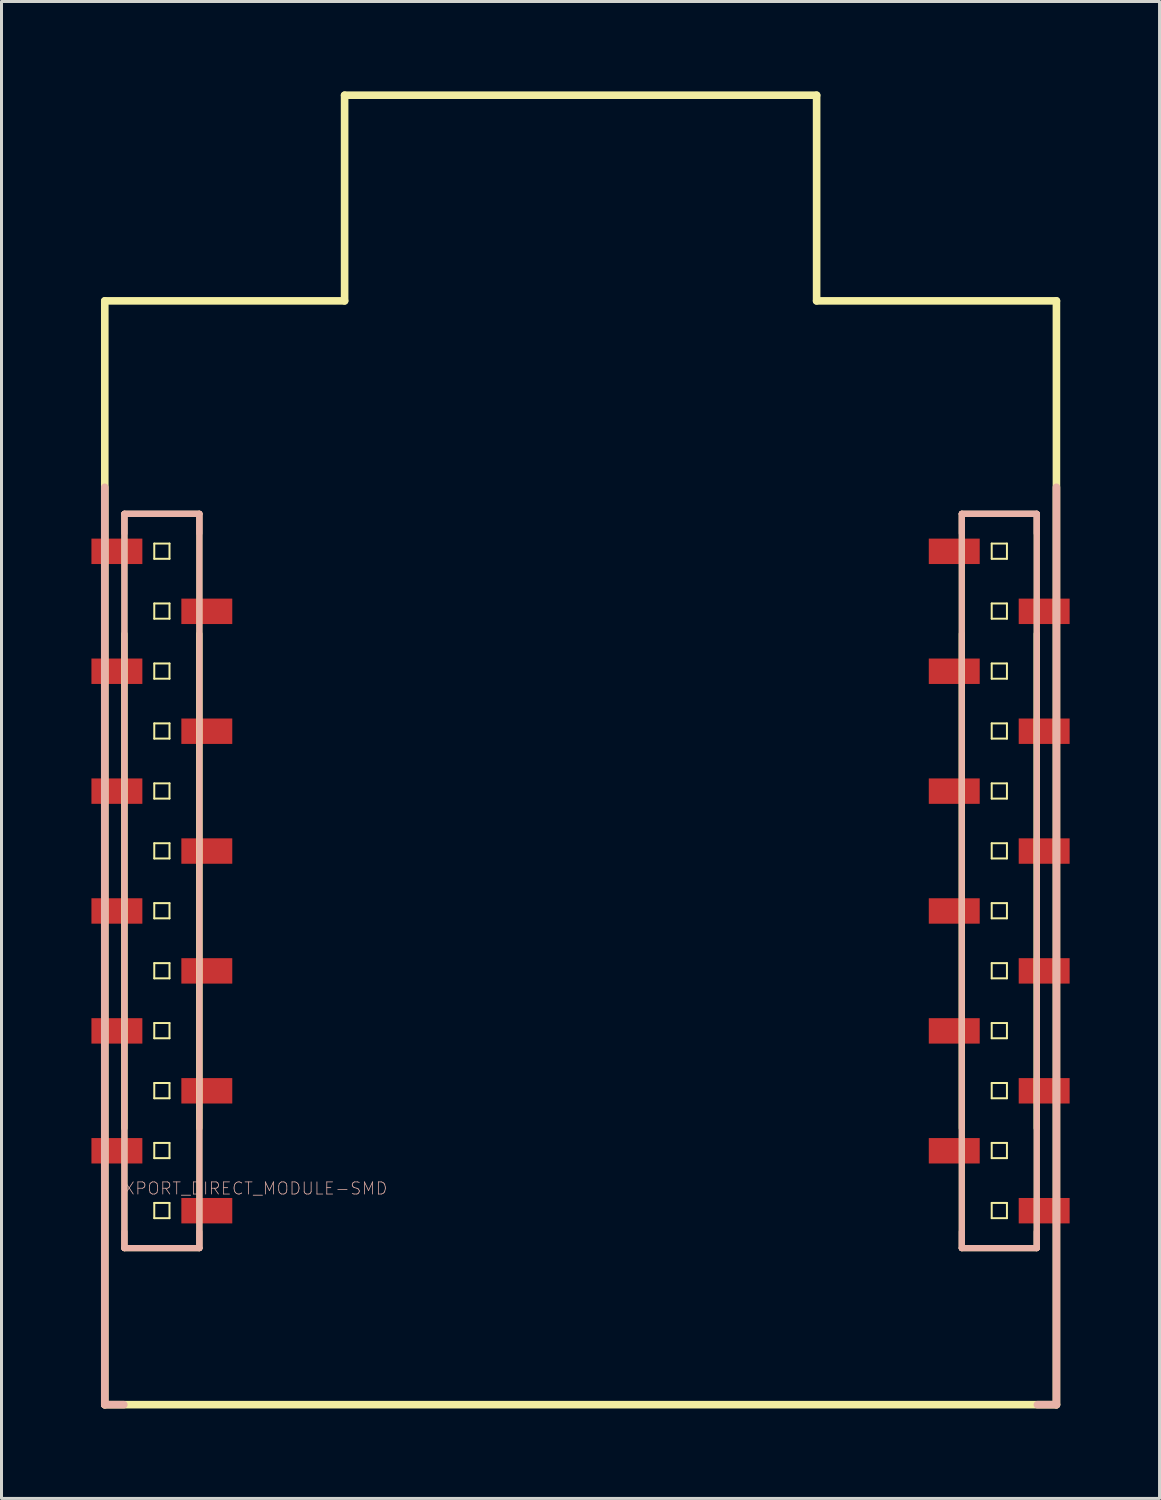
<source format=kicad_pcb>
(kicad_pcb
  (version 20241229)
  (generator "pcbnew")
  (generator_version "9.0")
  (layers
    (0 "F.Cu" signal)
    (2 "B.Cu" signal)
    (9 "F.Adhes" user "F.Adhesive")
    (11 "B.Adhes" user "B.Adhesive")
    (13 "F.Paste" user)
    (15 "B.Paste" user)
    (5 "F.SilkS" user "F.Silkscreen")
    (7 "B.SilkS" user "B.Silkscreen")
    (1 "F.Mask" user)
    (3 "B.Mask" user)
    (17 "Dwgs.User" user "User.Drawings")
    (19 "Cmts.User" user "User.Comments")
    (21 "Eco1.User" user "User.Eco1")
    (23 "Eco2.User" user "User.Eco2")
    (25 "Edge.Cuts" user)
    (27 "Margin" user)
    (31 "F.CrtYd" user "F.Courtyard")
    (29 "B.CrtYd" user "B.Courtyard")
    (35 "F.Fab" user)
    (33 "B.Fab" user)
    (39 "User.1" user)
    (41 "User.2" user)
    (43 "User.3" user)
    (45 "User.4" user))
  (footprint "XPORT_DIRECT_MODULE-SMD"
    (layer "F.Cu")
    (at 16.321 24.638)
    (property "Reference" "XPORT_DIRECT_MODULE-SMD" (at -10.846 11.963 0) (layer "B.SilkS") (effects (font (size 0.406 0.406) (thickness 0.025))))
    (attr smd)
    (fp_line (start -15.875 -17.65) (end -7.874 -17.65) (stroke (width 0.254) (type solid)) (layer "F.SilkS"))
    (fp_line (start -15.875 19.177) (end -15.875 -17.65) (stroke (width 0.254) (type solid)) (layer "F.SilkS"))
    (fp_line (start -15.875 19.177) (end 15.875 19.177) (stroke (width 0.254) (type solid)) (layer "F.SilkS"))
    (fp_line (start -15.22 -10.544) (end -12.72 -10.544) (stroke (width 0.203) (type solid)) (layer "F.SilkS"))
    (fp_line (start -15.22 9.954) (end -15.22 -10.544) (stroke (width 0.203) (type solid)) (layer "F.SilkS"))
    (fp_line (start -15.22 13.955) (end -15.22 -6.543) (stroke (width 0.203) (type solid)) (layer "F.SilkS"))
    (fp_line (start -15.22 13.955) (end -12.72 13.955) (stroke (width 0.203) (type solid)) (layer "F.SilkS"))
    (fp_line (start -14.224 -9.553) (end -13.716 -9.553) (stroke (width 0.066) (type solid)) (layer "F.SilkS"))
    (fp_line (start -14.224 -9.045) (end -14.224 -9.553) (stroke (width 0.066) (type solid)) (layer "F.SilkS"))
    (fp_line (start -14.224 -9.045) (end -13.716 -9.045) (stroke (width 0.066) (type solid)) (layer "F.SilkS"))
    (fp_line (start -14.224 -7.554) (end -13.716 -7.554) (stroke (width 0.066) (type solid)) (layer "F.SilkS"))
    (fp_line (start -14.224 -7.046) (end -14.224 -7.554) (stroke (width 0.066) (type solid)) (layer "F.SilkS"))
    (fp_line (start -14.224 -7.046) (end -13.716 -7.046) (stroke (width 0.066) (type solid)) (layer "F.SilkS"))
    (fp_line (start -14.224 -5.552) (end -13.716 -5.552) (stroke (width 0.066) (type solid)) (layer "F.SilkS"))
    (fp_line (start -14.224 -5.044) (end -14.224 -5.552) (stroke (width 0.066) (type solid)) (layer "F.SilkS"))
    (fp_line (start -14.224 -5.044) (end -13.716 -5.044) (stroke (width 0.066) (type solid)) (layer "F.SilkS"))
    (fp_line (start -14.224 -3.553) (end -13.716 -3.553) (stroke (width 0.066) (type solid)) (layer "F.SilkS"))
    (fp_line (start -14.224 -3.045) (end -14.224 -3.553) (stroke (width 0.066) (type solid)) (layer "F.SilkS"))
    (fp_line (start -14.224 -3.045) (end -13.716 -3.045) (stroke (width 0.066) (type solid)) (layer "F.SilkS"))
    (fp_line (start -14.224 -1.552) (end -13.716 -1.552) (stroke (width 0.066) (type solid)) (layer "F.SilkS"))
    (fp_line (start -14.224 -1.044) (end -14.224 -1.552) (stroke (width 0.066) (type solid)) (layer "F.SilkS"))
    (fp_line (start -14.224 -1.044) (end -13.716 -1.044) (stroke (width 0.066) (type solid)) (layer "F.SilkS"))
    (fp_line (start -14.224 0.445) (end -13.716 0.445) (stroke (width 0.066) (type solid)) (layer "F.SilkS"))
    (fp_line (start -14.224 0.953) (end -14.224 0.445) (stroke (width 0.066) (type solid)) (layer "F.SilkS"))
    (fp_line (start -14.224 0.953) (end -13.716 0.953) (stroke (width 0.066) (type solid)) (layer "F.SilkS"))
    (fp_line (start -14.224 2.443) (end -13.716 2.443) (stroke (width 0.066) (type solid)) (layer "F.SilkS"))
    (fp_line (start -14.224 2.951) (end -14.224 2.443) (stroke (width 0.066) (type solid)) (layer "F.SilkS"))
    (fp_line (start -14.224 2.951) (end -13.716 2.951) (stroke (width 0.066) (type solid)) (layer "F.SilkS"))
    (fp_line (start -14.224 4.445) (end -13.716 4.445) (stroke (width 0.066) (type solid)) (layer "F.SilkS"))
    (fp_line (start -14.224 4.953) (end -14.224 4.445) (stroke (width 0.066) (type solid)) (layer "F.SilkS"))
    (fp_line (start -14.224 4.953) (end -13.716 4.953) (stroke (width 0.066) (type solid)) (layer "F.SilkS"))
    (fp_line (start -14.224 6.444) (end -13.716 6.444) (stroke (width 0.066) (type solid)) (layer "F.SilkS"))
    (fp_line (start -14.224 6.952) (end -14.224 6.444) (stroke (width 0.066) (type solid)) (layer "F.SilkS"))
    (fp_line (start -14.224 6.952) (end -13.716 6.952) (stroke (width 0.066) (type solid)) (layer "F.SilkS"))
    (fp_line (start -14.224 8.445) (end -13.716 8.445) (stroke (width 0.066) (type solid)) (layer "F.SilkS"))
    (fp_line (start -14.224 8.954) (end -14.224 8.445) (stroke (width 0.066) (type solid)) (layer "F.SilkS"))
    (fp_line (start -14.224 8.954) (end -13.716 8.954) (stroke (width 0.066) (type solid)) (layer "F.SilkS"))
    (fp_line (start -14.224 10.444) (end -13.716 10.444) (stroke (width 0.066) (type solid)) (layer "F.SilkS"))
    (fp_line (start -14.224 10.952) (end -14.224 10.444) (stroke (width 0.066) (type solid)) (layer "F.SilkS"))
    (fp_line (start -14.224 10.952) (end -13.716 10.952) (stroke (width 0.066) (type solid)) (layer "F.SilkS"))
    (fp_line (start -14.224 12.446) (end -13.716 12.446) (stroke (width 0.066) (type solid)) (layer "F.SilkS"))
    (fp_line (start -14.224 12.954) (end -14.224 12.446) (stroke (width 0.066) (type solid)) (layer "F.SilkS"))
    (fp_line (start -14.224 12.954) (end -13.716 12.954) (stroke (width 0.066) (type solid)) (layer "F.SilkS"))
    (fp_line (start -13.716 -9.045) (end -13.716 -9.553) (stroke (width 0.066) (type solid)) (layer "F.SilkS"))
    (fp_line (start -13.716 -7.046) (end -13.716 -7.554) (stroke (width 0.066) (type solid)) (layer "F.SilkS"))
    (fp_line (start -13.716 -5.044) (end -13.716 -5.552) (stroke (width 0.066) (type solid)) (layer "F.SilkS"))
    (fp_line (start -13.716 -3.045) (end -13.716 -3.553) (stroke (width 0.066) (type solid)) (layer "F.SilkS"))
    (fp_line (start -13.716 -1.044) (end -13.716 -1.552) (stroke (width 0.066) (type solid)) (layer "F.SilkS"))
    (fp_line (start -13.716 0.953) (end -13.716 0.445) (stroke (width 0.066) (type solid)) (layer "F.SilkS"))
    (fp_line (start -13.716 2.951) (end -13.716 2.443) (stroke (width 0.066) (type solid)) (layer "F.SilkS"))
    (fp_line (start -13.716 4.953) (end -13.716 4.445) (stroke (width 0.066) (type solid)) (layer "F.SilkS"))
    (fp_line (start -13.716 6.952) (end -13.716 6.444) (stroke (width 0.066) (type solid)) (layer "F.SilkS"))
    (fp_line (start -13.716 8.954) (end -13.716 8.445) (stroke (width 0.066) (type solid)) (layer "F.SilkS"))
    (fp_line (start -13.716 10.952) (end -13.716 10.444) (stroke (width 0.066) (type solid)) (layer "F.SilkS"))
    (fp_line (start -13.716 12.954) (end -13.716 12.446) (stroke (width 0.066) (type solid)) (layer "F.SilkS"))
    (fp_line (start -12.72 -10.544) (end -12.72 9.954) (stroke (width 0.203) (type solid)) (layer "F.SilkS"))
    (fp_line (start -12.72 -6.543) (end -12.72 13.955) (stroke (width 0.203) (type solid)) (layer "F.SilkS"))
    (fp_line (start -7.874 -24.511) (end 7.874 -24.511) (stroke (width 0.254) (type solid)) (layer "F.SilkS"))
    (fp_line (start -7.874 -17.65) (end -7.874 -24.511) (stroke (width 0.254) (type solid)) (layer "F.SilkS"))
    (fp_line (start 7.874 -17.65) (end 7.874 -24.511) (stroke (width 0.254) (type solid)) (layer "F.SilkS"))
    (fp_line (start 7.874 -17.65) (end 15.875 -17.65) (stroke (width 0.254) (type solid)) (layer "F.SilkS"))
    (fp_line (start 12.718 -10.544) (end 15.217 -10.544) (stroke (width 0.203) (type solid)) (layer "F.SilkS"))
    (fp_line (start 12.718 9.954) (end 12.718 -10.544) (stroke (width 0.203) (type solid)) (layer "F.SilkS"))
    (fp_line (start 12.718 13.955) (end 12.718 -6.543) (stroke (width 0.203) (type solid)) (layer "F.SilkS"))
    (fp_line (start 12.718 13.955) (end 15.217 13.955) (stroke (width 0.203) (type solid)) (layer "F.SilkS"))
    (fp_line (start 13.716 -9.553) (end 14.224 -9.553) (stroke (width 0.066) (type solid)) (layer "F.SilkS"))
    (fp_line (start 13.716 -9.045) (end 13.716 -9.553) (stroke (width 0.066) (type solid)) (layer "F.SilkS"))
    (fp_line (start 13.716 -9.045) (end 14.224 -9.045) (stroke (width 0.066) (type solid)) (layer "F.SilkS"))
    (fp_line (start 13.716 -7.554) (end 14.224 -7.554) (stroke (width 0.066) (type solid)) (layer "F.SilkS"))
    (fp_line (start 13.716 -7.046) (end 13.716 -7.554) (stroke (width 0.066) (type solid)) (layer "F.SilkS"))
    (fp_line (start 13.716 -7.046) (end 14.224 -7.046) (stroke (width 0.066) (type solid)) (layer "F.SilkS"))
    (fp_line (start 13.716 -5.552) (end 14.224 -5.552) (stroke (width 0.066) (type solid)) (layer "F.SilkS"))
    (fp_line (start 13.716 -5.044) (end 13.716 -5.552) (stroke (width 0.066) (type solid)) (layer "F.SilkS"))
    (fp_line (start 13.716 -5.044) (end 14.224 -5.044) (stroke (width 0.066) (type solid)) (layer "F.SilkS"))
    (fp_line (start 13.716 -3.553) (end 14.224 -3.553) (stroke (width 0.066) (type solid)) (layer "F.SilkS"))
    (fp_line (start 13.716 -3.045) (end 13.716 -3.553) (stroke (width 0.066) (type solid)) (layer "F.SilkS"))
    (fp_line (start 13.716 -3.045) (end 14.224 -3.045) (stroke (width 0.066) (type solid)) (layer "F.SilkS"))
    (fp_line (start 13.716 -1.552) (end 14.224 -1.552) (stroke (width 0.066) (type solid)) (layer "F.SilkS"))
    (fp_line (start 13.716 -1.044) (end 13.716 -1.552) (stroke (width 0.066) (type solid)) (layer "F.SilkS"))
    (fp_line (start 13.716 -1.044) (end 14.224 -1.044) (stroke (width 0.066) (type solid)) (layer "F.SilkS"))
    (fp_line (start 13.716 0.445) (end 14.224 0.445) (stroke (width 0.066) (type solid)) (layer "F.SilkS"))
    (fp_line (start 13.716 0.953) (end 13.716 0.445) (stroke (width 0.066) (type solid)) (layer "F.SilkS"))
    (fp_line (start 13.716 0.953) (end 14.224 0.953) (stroke (width 0.066) (type solid)) (layer "F.SilkS"))
    (fp_line (start 13.716 2.443) (end 14.224 2.443) (stroke (width 0.066) (type solid)) (layer "F.SilkS"))
    (fp_line (start 13.716 2.951) (end 13.716 2.443) (stroke (width 0.066) (type solid)) (layer "F.SilkS"))
    (fp_line (start 13.716 2.951) (end 14.224 2.951) (stroke (width 0.066) (type solid)) (layer "F.SilkS"))
    (fp_line (start 13.716 4.445) (end 14.224 4.445) (stroke (width 0.066) (type solid)) (layer "F.SilkS"))
    (fp_line (start 13.716 4.953) (end 13.716 4.445) (stroke (width 0.066) (type solid)) (layer "F.SilkS"))
    (fp_line (start 13.716 4.953) (end 14.224 4.953) (stroke (width 0.066) (type solid)) (layer "F.SilkS"))
    (fp_line (start 13.716 6.444) (end 14.224 6.444) (stroke (width 0.066) (type solid)) (layer "F.SilkS"))
    (fp_line (start 13.716 6.952) (end 13.716 6.444) (stroke (width 0.066) (type solid)) (layer "F.SilkS"))
    (fp_line (start 13.716 6.952) (end 14.224 6.952) (stroke (width 0.066) (type solid)) (layer "F.SilkS"))
    (fp_line (start 13.716 8.445) (end 14.224 8.445) (stroke (width 0.066) (type solid)) (layer "F.SilkS"))
    (fp_line (start 13.716 8.954) (end 13.716 8.445) (stroke (width 0.066) (type solid)) (layer "F.SilkS"))
    (fp_line (start 13.716 8.954) (end 14.224 8.954) (stroke (width 0.066) (type solid)) (layer "F.SilkS"))
    (fp_line (start 13.716 10.444) (end 14.224 10.444) (stroke (width 0.066) (type solid)) (layer "F.SilkS"))
    (fp_line (start 13.716 10.952) (end 13.716 10.444) (stroke (width 0.066) (type solid)) (layer "F.SilkS"))
    (fp_line (start 13.716 10.952) (end 14.224 10.952) (stroke (width 0.066) (type solid)) (layer "F.SilkS"))
    (fp_line (start 13.716 12.446) (end 14.224 12.446) (stroke (width 0.066) (type solid)) (layer "F.SilkS"))
    (fp_line (start 13.716 12.954) (end 13.716 12.446) (stroke (width 0.066) (type solid)) (layer "F.SilkS"))
    (fp_line (start 13.716 12.954) (end 14.224 12.954) (stroke (width 0.066) (type solid)) (layer "F.SilkS"))
    (fp_line (start 14.224 -9.045) (end 14.224 -9.553) (stroke (width 0.066) (type solid)) (layer "F.SilkS"))
    (fp_line (start 14.224 -7.046) (end 14.224 -7.554) (stroke (width 0.066) (type solid)) (layer "F.SilkS"))
    (fp_line (start 14.224 -5.044) (end 14.224 -5.552) (stroke (width 0.066) (type solid)) (layer "F.SilkS"))
    (fp_line (start 14.224 -3.045) (end 14.224 -3.553) (stroke (width 0.066) (type solid)) (layer "F.SilkS"))
    (fp_line (start 14.224 -1.044) (end 14.224 -1.552) (stroke (width 0.066) (type solid)) (layer "F.SilkS"))
    (fp_line (start 14.224 0.953) (end 14.224 0.445) (stroke (width 0.066) (type solid)) (layer "F.SilkS"))
    (fp_line (start 14.224 2.951) (end 14.224 2.443) (stroke (width 0.066) (type solid)) (layer "F.SilkS"))
    (fp_line (start 14.224 4.953) (end 14.224 4.445) (stroke (width 0.066) (type solid)) (layer "F.SilkS"))
    (fp_line (start 14.224 6.952) (end 14.224 6.444) (stroke (width 0.066) (type solid)) (layer "F.SilkS"))
    (fp_line (start 14.224 8.954) (end 14.224 8.445) (stroke (width 0.066) (type solid)) (layer "F.SilkS"))
    (fp_line (start 14.224 10.952) (end 14.224 10.444) (stroke (width 0.066) (type solid)) (layer "F.SilkS"))
    (fp_line (start 14.224 12.954) (end 14.224 12.446) (stroke (width 0.066) (type solid)) (layer "F.SilkS"))
    (fp_line (start 15.217 -10.544) (end 15.217 9.954) (stroke (width 0.203) (type solid)) (layer "F.SilkS"))
    (fp_line (start 15.217 -6.543) (end 15.217 13.955) (stroke (width 0.203) (type solid)) (layer "F.SilkS"))
    (fp_line (start 15.875 19.177) (end 15.875 -17.65) (stroke (width 0.254) (type solid)) (layer "F.SilkS"))
    (fp_line (start -15.875 19.177) (end -15.875 -11.43) (stroke (width 0.254) (type solid)) (layer "B.SilkS"))
    (fp_line (start -15.875 19.177) (end -15.24 19.177) (stroke (width 0.254) (type solid)) (layer "B.SilkS"))
    (fp_line (start -15.22 -10.549) (end -12.718 -10.549) (stroke (width 0.203) (type solid)) (layer "B.SilkS"))
    (fp_line (start -15.22 -10.544) (end -15.22 -9.893) (stroke (width 0.203) (type solid)) (layer "B.SilkS"))
    (fp_line (start -15.22 13.95) (end -15.22 -10.549) (stroke (width 0.203) (type solid)) (layer "B.SilkS"))
    (fp_line (start -15.22 13.95) (end -12.718 13.95) (stroke (width 0.203) (type solid)) (layer "B.SilkS"))
    (fp_line (start -15.22 13.955) (end -15.22 13.406) (stroke (width 0.203) (type solid)) (layer "B.SilkS"))
    (fp_line (start -15.22 13.955) (end -12.72 13.955) (stroke (width 0.203) (type solid)) (layer "B.SilkS"))
    (fp_line (start -12.72 -10.544) (end -15.22 -10.544) (stroke (width 0.203) (type solid)) (layer "B.SilkS"))
    (fp_line (start -12.72 -9.893) (end -12.72 -10.544) (stroke (width 0.203) (type solid)) (layer "B.SilkS"))
    (fp_line (start -12.72 13.955) (end -12.72 13.406) (stroke (width 0.203) (type solid)) (layer "B.SilkS"))
    (fp_line (start -12.718 -10.549) (end -12.718 13.95) (stroke (width 0.203) (type solid)) (layer "B.SilkS"))
    (fp_line (start 12.718 -10.549) (end 15.22 -10.549) (stroke (width 0.203) (type solid)) (layer "B.SilkS"))
    (fp_line (start 12.718 -10.544) (end 12.718 -9.893) (stroke (width 0.203) (type solid)) (layer "B.SilkS"))
    (fp_line (start 12.718 13.95) (end 12.718 -10.549) (stroke (width 0.203) (type solid)) (layer "B.SilkS"))
    (fp_line (start 12.718 13.95) (end 15.22 13.95) (stroke (width 0.203) (type solid)) (layer "B.SilkS"))
    (fp_line (start 12.718 13.955) (end 12.718 13.406) (stroke (width 0.203) (type solid)) (layer "B.SilkS"))
    (fp_line (start 12.718 13.955) (end 15.217 13.955) (stroke (width 0.203) (type solid)) (layer "B.SilkS"))
    (fp_line (start 15.217 -10.544) (end 12.718 -10.544) (stroke (width 0.203) (type solid)) (layer "B.SilkS"))
    (fp_line (start 15.217 -9.893) (end 15.217 -10.544) (stroke (width 0.203) (type solid)) (layer "B.SilkS"))
    (fp_line (start 15.217 13.955) (end 15.217 13.406) (stroke (width 0.203) (type solid)) (layer "B.SilkS"))
    (fp_line (start 15.22 -10.549) (end 15.22 13.95) (stroke (width 0.203) (type solid)) (layer "B.SilkS"))
    (fp_line (start 15.875 19.177) (end 15.24 19.177) (stroke (width 0.254) (type solid)) (layer "B.SilkS"))
    (fp_line (start 15.875 19.177) (end 15.875 -11.43) (stroke (width 0.254) (type solid)) (layer "B.SilkS"))
    (pad "P1" smd rect (at -15.471 -9.294 90) (size 0.848 1.699) (layers "F.Cu" "F.Mask" "F.Paste"))
    (pad "P2" smd rect (at 12.466 -9.294 90) (size 0.848 1.699) (layers "F.Cu" "F.Mask" "F.Paste"))
    (pad "P3" smd rect (at -12.471 -7.292 90) (size 0.848 1.699) (layers "F.Cu" "F.Mask" "F.Paste"))
    (pad "P4" smd rect (at 15.466 -7.292 90) (size 0.848 1.699) (layers "F.Cu" "F.Mask" "F.Paste"))
    (pad "P5" smd rect (at -15.471 -5.293 90) (size 0.848 1.699) (layers "F.Cu" "F.Mask" "F.Paste"))
    (pad "P6" smd rect (at 12.466 -5.293 90) (size 0.848 1.699) (layers "F.Cu" "F.Mask" "F.Paste"))
    (pad "P7" smd rect (at -12.471 -3.292 90) (size 0.848 1.699) (layers "F.Cu" "F.Mask" "F.Paste"))
    (pad "P8" smd rect (at 15.466 -3.292 90) (size 0.848 1.699) (layers "F.Cu" "F.Mask" "F.Paste"))
    (pad "P9" smd rect (at -15.471 -1.293 90) (size 0.848 1.699) (layers "F.Cu" "F.Mask" "F.Paste"))
    (pad "P10" smd rect (at 12.466 -1.293 90) (size 0.848 1.699) (layers "F.Cu" "F.Mask" "F.Paste"))
    (pad "P11" smd rect (at -12.471 0.706 90) (size 0.848 1.699) (layers "F.Cu" "F.Mask" "F.Paste"))
    (pad "P12" smd rect (at 15.466 0.706 90) (size 0.848 1.699) (layers "F.Cu" "F.Mask" "F.Paste"))
    (pad "P13" smd rect (at -15.471 2.705 90) (size 0.848 1.699) (layers "F.Cu" "F.Mask" "F.Paste"))
    (pad "P14" smd rect (at 12.466 2.705 90) (size 0.848 1.699) (layers "F.Cu" "F.Mask" "F.Paste"))
    (pad "P15" smd rect (at -12.471 4.704 90) (size 0.848 1.699) (layers "F.Cu" "F.Mask" "F.Paste"))
    (pad "P16" smd rect (at 15.466 4.704 90) (size 0.848 1.699) (layers "F.Cu" "F.Mask" "F.Paste"))
    (pad "P17" smd rect (at -15.471 6.706 90) (size 0.848 1.699) (layers "F.Cu" "F.Mask" "F.Paste"))
    (pad "P18" smd rect (at 12.466 6.706 90) (size 0.848 1.699) (layers "F.Cu" "F.Mask" "F.Paste"))
    (pad "P19" smd rect (at -12.471 8.705 90) (size 0.848 1.699) (layers "F.Cu" "F.Mask" "F.Paste"))
    (pad "P20" smd rect (at 15.466 8.705 90) (size 0.848 1.699) (layers "F.Cu" "F.Mask" "F.Paste"))
    (pad "P21" smd rect (at -15.471 10.706 90) (size 0.848 1.699) (layers "F.Cu" "F.Mask" "F.Paste"))
    (pad "P22" smd rect (at 12.466 10.706 90) (size 0.848 1.699) (layers "F.Cu" "F.Mask" "F.Paste"))
    (pad "P23" smd rect (at -12.471 12.705 90) (size 0.848 1.699) (layers "F.Cu" "F.Mask" "F.Paste"))
    (pad "P24" smd rect (at 15.466 12.705 90) (size 0.848 1.699) (layers "F.Cu" "F.Mask" "F.Paste")))
  (gr_rect
    (start -3 -3)
    (end 35.636 46.942)
    (stroke (width 0.1) (type default))
    (fill no)
    (layer "Edge.Cuts")))
</source>
